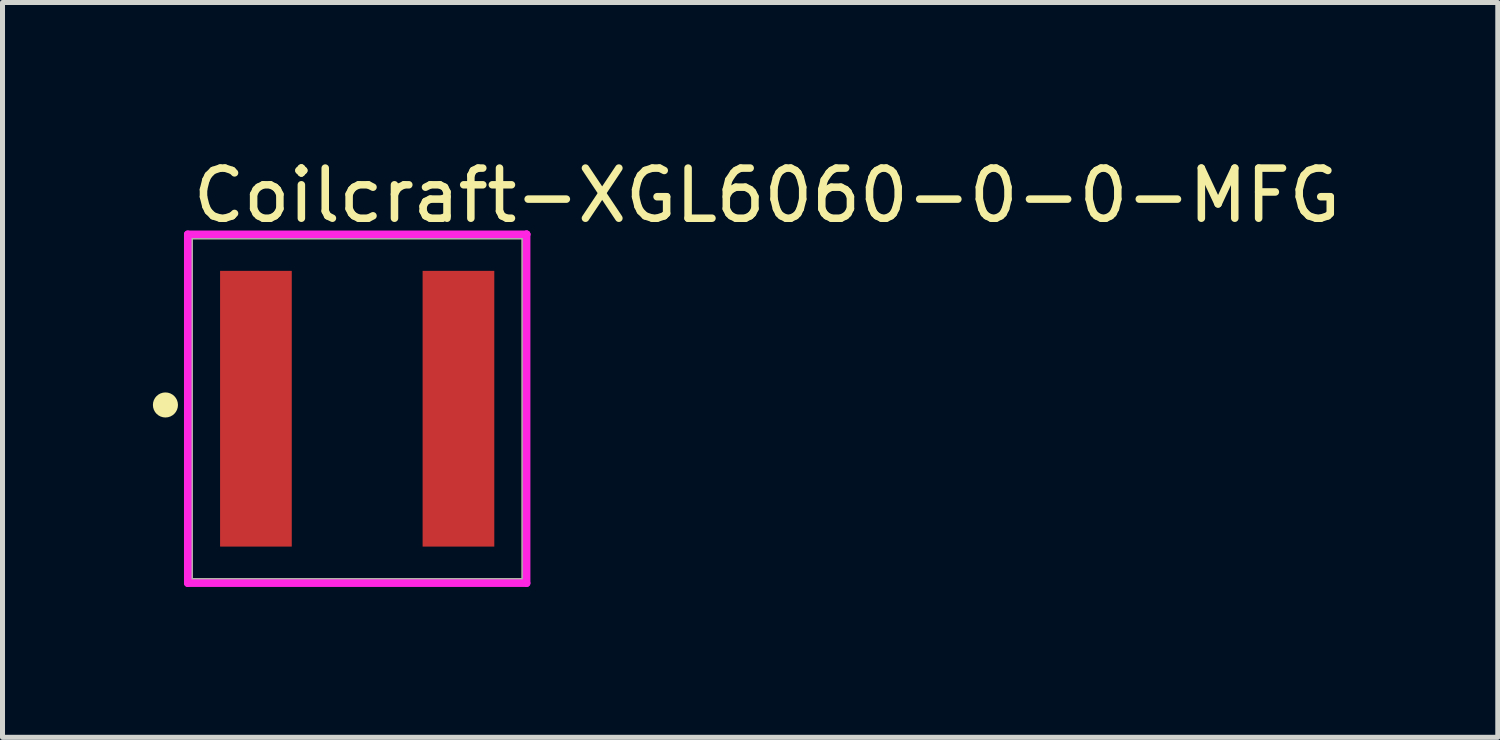
<source format=kicad_pcb>
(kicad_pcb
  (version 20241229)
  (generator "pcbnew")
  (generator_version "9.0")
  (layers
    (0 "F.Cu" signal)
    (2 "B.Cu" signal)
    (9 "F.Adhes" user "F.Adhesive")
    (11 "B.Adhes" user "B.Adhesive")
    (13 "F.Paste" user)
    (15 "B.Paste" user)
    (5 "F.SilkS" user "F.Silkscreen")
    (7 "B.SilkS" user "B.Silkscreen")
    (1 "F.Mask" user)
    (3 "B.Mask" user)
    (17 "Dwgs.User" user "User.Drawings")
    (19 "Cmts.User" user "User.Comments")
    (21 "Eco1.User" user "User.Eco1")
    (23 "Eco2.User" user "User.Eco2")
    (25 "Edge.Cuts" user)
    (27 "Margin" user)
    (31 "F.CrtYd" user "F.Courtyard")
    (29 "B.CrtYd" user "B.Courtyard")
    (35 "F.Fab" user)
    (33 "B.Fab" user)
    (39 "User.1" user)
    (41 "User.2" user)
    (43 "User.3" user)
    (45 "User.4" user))
  (footprint "Coilcraft-XGL6060-0-0-MFG"
    (layer "F.Cu")
    (at 4.075 5.103)
    (property "Reference" "Coilcraft-XGL6060-0-0-MFG" (at -3.355 -4.255 0) (layer "F.SilkS") (effects (font (size 1 1) (thickness 0.15)) (justify left)))
    (attr through_hole)
    (fp_line (start -3.355 -3.455) (end 3.355 -3.455) (stroke (width 0.15) (type solid)) (layer "F.SilkS"))
    (fp_line (start -3.355 3.455) (end -3.355 -3.455) (stroke (width 0.15) (type solid)) (layer "F.SilkS"))
    (fp_line (start -3.355 3.455) (end 3.355 3.455) (stroke (width 0.15) (type solid)) (layer "F.SilkS"))
    (fp_line (start 3.355 3.455) (end 3.355 -3.455) (stroke (width 0.15) (type solid)) (layer "F.SilkS"))
    (fp_circle (center -3.825 -0.075) (end -3.7 -0.075) (stroke (width 0.25) (type solid)) (fill no) (layer "F.SilkS"))
    (fp_line (start -3.38 -3.48) (end -3.38 3.48) (stroke (width 0.15) (type solid)) (layer "F.CrtYd"))
    (fp_line (start -3.38 3.48) (end 3.38 3.48) (stroke (width 0.15) (type solid)) (layer "F.CrtYd"))
    (fp_line (start 3.38 -3.48) (end -3.38 -3.48) (stroke (width 0.15) (type solid)) (layer "F.CrtYd"))
    (fp_line (start 3.38 -3.48) (end 3.38 -3.48) (stroke (width 0.15) (type solid)) (layer "F.CrtYd"))
    (fp_line (start 3.38 3.48) (end 3.38 -3.48) (stroke (width 0.15) (type solid)) (layer "F.CrtYd"))
    (fp_line (start -3.355 -3.455) (end 3.355 -3.455) (stroke (width 0.15) (type solid)) (layer "F.Fab"))
    (fp_line (start -3.355 3.455) (end -3.355 -3.455) (stroke (width 0.15) (type solid)) (layer "F.Fab"))
    (fp_line (start 3.355 -3.455) (end 3.355 3.455) (stroke (width 0.15) (type solid)) (layer "F.Fab"))
    (fp_line (start 3.355 3.455) (end -3.355 3.455) (stroke (width 0.15) (type solid)) (layer "F.Fab"))
    (pad "1" smd rect (at -2.02 0) (size 1.43 5.5) (layers "F.Cu" "F.Mask" "F.Paste"))
    (pad "2" smd rect (at 2.02 0) (size 1.43 5.5) (layers "F.Cu" "F.Mask" "F.Paste")))
  (gr_rect
    (start -3 -3)
    (end 26.827 11.658)
    (stroke (width 0.1) (type default))
    (fill no)
    (layer "Edge.Cuts")))
</source>
